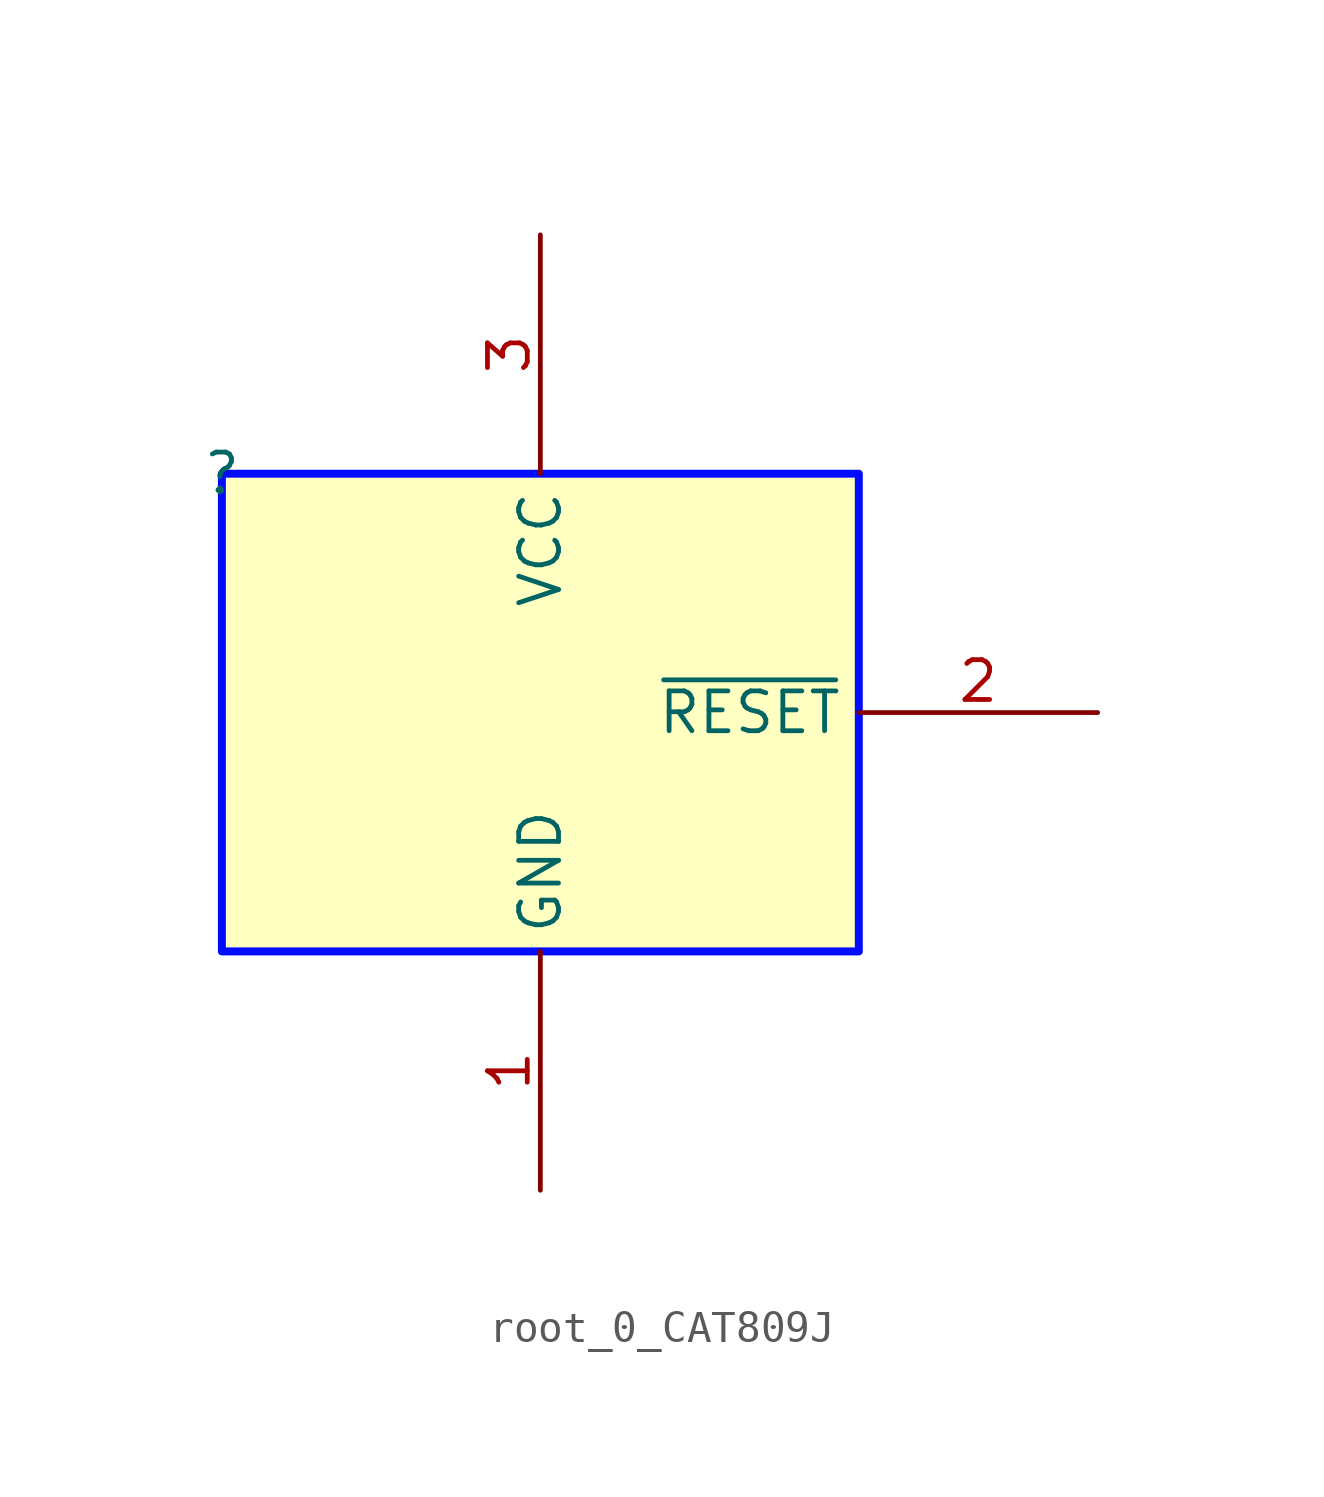
<source format=kicad_sym>
(kicad_symbol_lib
  (version 20231120)
  (generator "kicad_symbol_editor")
  (generator_version "8.0")
  (symbol "root_0_CAT809J"
    (property "Reference" ""
      (at 0 0 0)
      (effects (font (size 1.27 1.27))))
    (property "Value" ""
      (at 0 0 0)
      (effects (font (size 1.27 1.27))))
    (symbol "root_0_CAT809J_1_0"
      (rectangle (start 20.32 0) (end 0 -15.24) (stroke (width 0.254) (type solid) (color 0 11 255 1)) (fill (type background)))
      (pin passive line (at 10.16 -22.86 90) (length 7.62) (name "GND" (effects (font (size 1.27 1.27)))) (number "1" (effects (font (size 1.27 1.27)))))
      (pin passive line (at 27.94 -7.62 180) (length 7.62) (name "~{RESET}" (effects (font (size 1.27 1.27)))) (number "2" (effects (font (size 1.27 1.27)))))
      (pin passive line (at 10.16 7.62 270) (length 7.62) (name "VCC" (effects (font (size 1.27 1.27)))) (number "3" (effects (font (size 1.27 1.27))))))))
</source>
